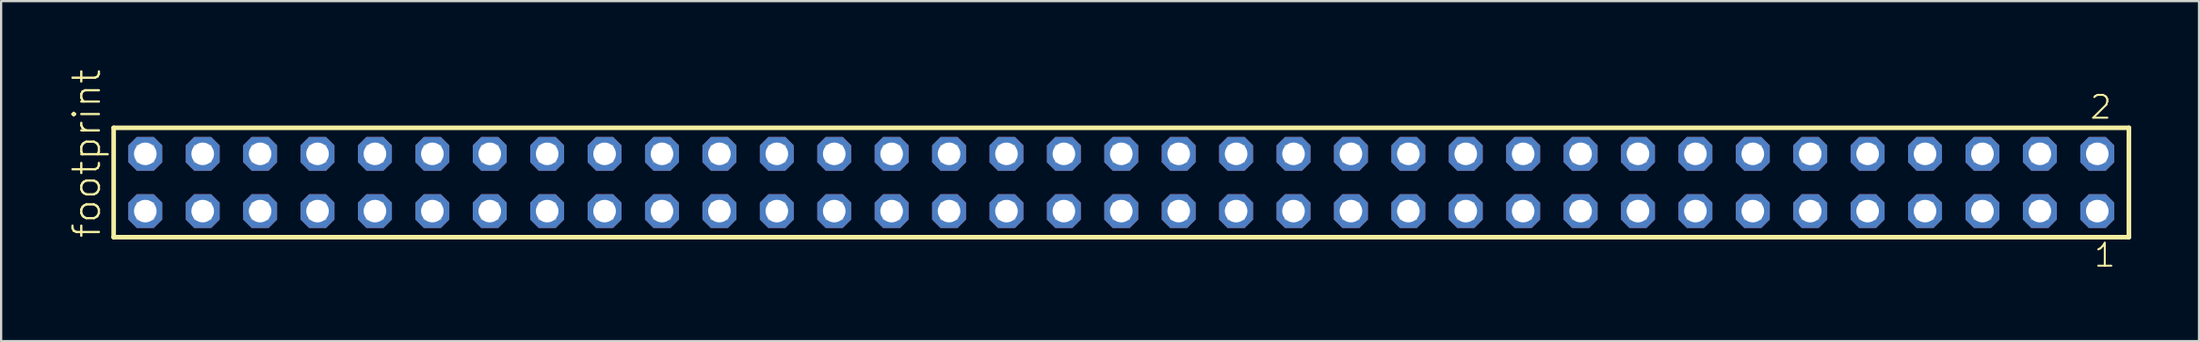
<source format=kicad_pcb>
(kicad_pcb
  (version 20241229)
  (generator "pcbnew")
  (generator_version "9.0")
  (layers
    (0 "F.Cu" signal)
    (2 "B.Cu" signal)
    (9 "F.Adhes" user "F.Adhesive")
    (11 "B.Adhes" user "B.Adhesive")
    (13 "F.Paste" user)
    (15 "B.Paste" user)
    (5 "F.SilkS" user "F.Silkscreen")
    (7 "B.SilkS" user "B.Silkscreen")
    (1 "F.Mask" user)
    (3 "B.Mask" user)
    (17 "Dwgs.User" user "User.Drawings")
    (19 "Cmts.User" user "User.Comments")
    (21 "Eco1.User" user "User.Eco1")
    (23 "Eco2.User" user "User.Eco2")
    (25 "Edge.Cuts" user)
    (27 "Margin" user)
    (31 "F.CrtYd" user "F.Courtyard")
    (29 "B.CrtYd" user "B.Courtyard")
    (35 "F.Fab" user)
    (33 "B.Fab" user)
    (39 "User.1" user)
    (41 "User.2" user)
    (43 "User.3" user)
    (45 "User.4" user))
  (footprint "footprint"
    (layer "F.Cu")
    (at 46.558 5.042)
    (property "Reference" "footprint" (at -45.085 2.54 90) (layer "F.SilkS") (effects (font (size 1.168 1.168) (thickness 0.102)) (justify left bottom)))
    (fp_line (start -44.579 -2.425) (end 44.579 -2.425) (stroke (width 0.203) (type solid)) (layer "F.SilkS"))
    (fp_line (start -44.579 2.425) (end -44.579 -2.425) (stroke (width 0.203) (type solid)) (layer "F.SilkS"))
    (fp_line (start 44.579 -2.425) (end 44.579 2.425) (stroke (width 0.203) (type solid)) (layer "F.SilkS"))
    (fp_line (start 44.579 2.425) (end -44.579 2.425) (stroke (width 0.203) (type solid)) (layer "F.SilkS"))
    (fp_poly (pts (xy -43.53 -0.92) (xy -42.83 -0.92) (xy -42.83 -1.62) (xy -43.53 -1.62)) (stroke (width 0.1) (type solid)) (fill no) (layer "F.Fab"))
    (fp_poly (pts (xy -43.53 1.62) (xy -42.83 1.62) (xy -42.83 0.92) (xy -43.53 0.92)) (stroke (width 0.1) (type solid)) (fill no) (layer "F.Fab"))
    (fp_poly (pts (xy -40.99 -0.92) (xy -40.29 -0.92) (xy -40.29 -1.62) (xy -40.99 -1.62)) (stroke (width 0.1) (type solid)) (fill no) (layer "F.Fab"))
    (fp_poly (pts (xy -40.99 1.62) (xy -40.29 1.62) (xy -40.29 0.92) (xy -40.99 0.92)) (stroke (width 0.1) (type solid)) (fill no) (layer "F.Fab"))
    (fp_poly (pts (xy -38.45 -0.92) (xy -37.75 -0.92) (xy -37.75 -1.62) (xy -38.45 -1.62)) (stroke (width 0.1) (type solid)) (fill no) (layer "F.Fab"))
    (fp_poly (pts (xy -38.45 1.62) (xy -37.75 1.62) (xy -37.75 0.92) (xy -38.45 0.92)) (stroke (width 0.1) (type solid)) (fill no) (layer "F.Fab"))
    (fp_poly (pts (xy -35.91 -0.92) (xy -35.21 -0.92) (xy -35.21 -1.62) (xy -35.91 -1.62)) (stroke (width 0.1) (type solid)) (fill no) (layer "F.Fab"))
    (fp_poly (pts (xy -35.91 1.62) (xy -35.21 1.62) (xy -35.21 0.92) (xy -35.91 0.92)) (stroke (width 0.1) (type solid)) (fill no) (layer "F.Fab"))
    (fp_poly (pts (xy -33.37 -0.92) (xy -32.67 -0.92) (xy -32.67 -1.62) (xy -33.37 -1.62)) (stroke (width 0.1) (type solid)) (fill no) (layer "F.Fab"))
    (fp_poly (pts (xy -33.37 1.62) (xy -32.67 1.62) (xy -32.67 0.92) (xy -33.37 0.92)) (stroke (width 0.1) (type solid)) (fill no) (layer "F.Fab"))
    (fp_poly (pts (xy -30.83 -0.92) (xy -30.13 -0.92) (xy -30.13 -1.62) (xy -30.83 -1.62)) (stroke (width 0.1) (type solid)) (fill no) (layer "F.Fab"))
    (fp_poly (pts (xy -30.83 1.62) (xy -30.13 1.62) (xy -30.13 0.92) (xy -30.83 0.92)) (stroke (width 0.1) (type solid)) (fill no) (layer "F.Fab"))
    (fp_poly (pts (xy -28.29 -0.92) (xy -27.59 -0.92) (xy -27.59 -1.62) (xy -28.29 -1.62)) (stroke (width 0.1) (type solid)) (fill no) (layer "F.Fab"))
    (fp_poly (pts (xy -28.29 1.62) (xy -27.59 1.62) (xy -27.59 0.92) (xy -28.29 0.92)) (stroke (width 0.1) (type solid)) (fill no) (layer "F.Fab"))
    (fp_poly (pts (xy -25.75 -0.92) (xy -25.05 -0.92) (xy -25.05 -1.62) (xy -25.75 -1.62)) (stroke (width 0.1) (type solid)) (fill no) (layer "F.Fab"))
    (fp_poly (pts (xy -25.75 1.62) (xy -25.05 1.62) (xy -25.05 0.92) (xy -25.75 0.92)) (stroke (width 0.1) (type solid)) (fill no) (layer "F.Fab"))
    (fp_poly (pts (xy -23.21 -0.92) (xy -22.51 -0.92) (xy -22.51 -1.62) (xy -23.21 -1.62)) (stroke (width 0.1) (type solid)) (fill no) (layer "F.Fab"))
    (fp_poly (pts (xy -23.21 1.62) (xy -22.51 1.62) (xy -22.51 0.92) (xy -23.21 0.92)) (stroke (width 0.1) (type solid)) (fill no) (layer "F.Fab"))
    (fp_poly (pts (xy -20.67 -0.92) (xy -19.97 -0.92) (xy -19.97 -1.62) (xy -20.67 -1.62)) (stroke (width 0.1) (type solid)) (fill no) (layer "F.Fab"))
    (fp_poly (pts (xy -20.67 1.62) (xy -19.97 1.62) (xy -19.97 0.92) (xy -20.67 0.92)) (stroke (width 0.1) (type solid)) (fill no) (layer "F.Fab"))
    (fp_poly (pts (xy -18.13 -0.92) (xy -17.43 -0.92) (xy -17.43 -1.62) (xy -18.13 -1.62)) (stroke (width 0.1) (type solid)) (fill no) (layer "F.Fab"))
    (fp_poly (pts (xy -18.13 1.62) (xy -17.43 1.62) (xy -17.43 0.92) (xy -18.13 0.92)) (stroke (width 0.1) (type solid)) (fill no) (layer "F.Fab"))
    (fp_poly (pts (xy -15.59 -0.92) (xy -14.89 -0.92) (xy -14.89 -1.62) (xy -15.59 -1.62)) (stroke (width 0.1) (type solid)) (fill no) (layer "F.Fab"))
    (fp_poly (pts (xy -15.59 1.62) (xy -14.89 1.62) (xy -14.89 0.92) (xy -15.59 0.92)) (stroke (width 0.1) (type solid)) (fill no) (layer "F.Fab"))
    (fp_poly (pts (xy -13.05 -0.92) (xy -12.35 -0.92) (xy -12.35 -1.62) (xy -13.05 -1.62)) (stroke (width 0.1) (type solid)) (fill no) (layer "F.Fab"))
    (fp_poly (pts (xy -13.05 1.62) (xy -12.35 1.62) (xy -12.35 0.92) (xy -13.05 0.92)) (stroke (width 0.1) (type solid)) (fill no) (layer "F.Fab"))
    (fp_poly (pts (xy -10.51 -0.92) (xy -9.81 -0.92) (xy -9.81 -1.62) (xy -10.51 -1.62)) (stroke (width 0.1) (type solid)) (fill no) (layer "F.Fab"))
    (fp_poly (pts (xy -10.51 1.62) (xy -9.81 1.62) (xy -9.81 0.92) (xy -10.51 0.92)) (stroke (width 0.1) (type solid)) (fill no) (layer "F.Fab"))
    (fp_poly (pts (xy -7.97 -0.92) (xy -7.27 -0.92) (xy -7.27 -1.62) (xy -7.97 -1.62)) (stroke (width 0.1) (type solid)) (fill no) (layer "F.Fab"))
    (fp_poly (pts (xy -7.97 1.62) (xy -7.27 1.62) (xy -7.27 0.92) (xy -7.97 0.92)) (stroke (width 0.1) (type solid)) (fill no) (layer "F.Fab"))
    (fp_poly (pts (xy -5.43 -0.92) (xy -4.73 -0.92) (xy -4.73 -1.62) (xy -5.43 -1.62)) (stroke (width 0.1) (type solid)) (fill no) (layer "F.Fab"))
    (fp_poly (pts (xy -5.43 1.62) (xy -4.73 1.62) (xy -4.73 0.92) (xy -5.43 0.92)) (stroke (width 0.1) (type solid)) (fill no) (layer "F.Fab"))
    (fp_poly (pts (xy -2.89 -0.92) (xy -2.19 -0.92) (xy -2.19 -1.62) (xy -2.89 -1.62)) (stroke (width 0.1) (type solid)) (fill no) (layer "F.Fab"))
    (fp_poly (pts (xy -2.89 1.62) (xy -2.19 1.62) (xy -2.19 0.92) (xy -2.89 0.92)) (stroke (width 0.1) (type solid)) (fill no) (layer "F.Fab"))
    (fp_poly (pts (xy -0.35 -0.92) (xy 0.35 -0.92) (xy 0.35 -1.62) (xy -0.35 -1.62)) (stroke (width 0.1) (type solid)) (fill no) (layer "F.Fab"))
    (fp_poly (pts (xy -0.35 1.62) (xy 0.35 1.62) (xy 0.35 0.92) (xy -0.35 0.92)) (stroke (width 0.1) (type solid)) (fill no) (layer "F.Fab"))
    (fp_poly (pts (xy 2.19 -0.92) (xy 2.89 -0.92) (xy 2.89 -1.62) (xy 2.19 -1.62)) (stroke (width 0.1) (type solid)) (fill no) (layer "F.Fab"))
    (fp_poly (pts (xy 2.19 1.62) (xy 2.89 1.62) (xy 2.89 0.92) (xy 2.19 0.92)) (stroke (width 0.1) (type solid)) (fill no) (layer "F.Fab"))
    (fp_poly (pts (xy 4.73 -0.92) (xy 5.43 -0.92) (xy 5.43 -1.62) (xy 4.73 -1.62)) (stroke (width 0.1) (type solid)) (fill no) (layer "F.Fab"))
    (fp_poly (pts (xy 4.73 1.62) (xy 5.43 1.62) (xy 5.43 0.92) (xy 4.73 0.92)) (stroke (width 0.1) (type solid)) (fill no) (layer "F.Fab"))
    (fp_poly (pts (xy 7.27 -0.92) (xy 7.97 -0.92) (xy 7.97 -1.62) (xy 7.27 -1.62)) (stroke (width 0.1) (type solid)) (fill no) (layer "F.Fab"))
    (fp_poly (pts (xy 7.27 1.62) (xy 7.97 1.62) (xy 7.97 0.92) (xy 7.27 0.92)) (stroke (width 0.1) (type solid)) (fill no) (layer "F.Fab"))
    (fp_poly (pts (xy 9.81 -0.92) (xy 10.51 -0.92) (xy 10.51 -1.62) (xy 9.81 -1.62)) (stroke (width 0.1) (type solid)) (fill no) (layer "F.Fab"))
    (fp_poly (pts (xy 9.81 1.62) (xy 10.51 1.62) (xy 10.51 0.92) (xy 9.81 0.92)) (stroke (width 0.1) (type solid)) (fill no) (layer "F.Fab"))
    (fp_poly (pts (xy 12.35 -0.92) (xy 13.05 -0.92) (xy 13.05 -1.62) (xy 12.35 -1.62)) (stroke (width 0.1) (type solid)) (fill no) (layer "F.Fab"))
    (fp_poly (pts (xy 12.35 1.62) (xy 13.05 1.62) (xy 13.05 0.92) (xy 12.35 0.92)) (stroke (width 0.1) (type solid)) (fill no) (layer "F.Fab"))
    (fp_poly (pts (xy 14.89 -0.92) (xy 15.59 -0.92) (xy 15.59 -1.62) (xy 14.89 -1.62)) (stroke (width 0.1) (type solid)) (fill no) (layer "F.Fab"))
    (fp_poly (pts (xy 14.89 1.62) (xy 15.59 1.62) (xy 15.59 0.92) (xy 14.89 0.92)) (stroke (width 0.1) (type solid)) (fill no) (layer "F.Fab"))
    (fp_poly (pts (xy 17.43 -0.92) (xy 18.13 -0.92) (xy 18.13 -1.62) (xy 17.43 -1.62)) (stroke (width 0.1) (type solid)) (fill no) (layer "F.Fab"))
    (fp_poly (pts (xy 17.43 1.62) (xy 18.13 1.62) (xy 18.13 0.92) (xy 17.43 0.92)) (stroke (width 0.1) (type solid)) (fill no) (layer "F.Fab"))
    (fp_poly (pts (xy 19.97 -0.92) (xy 20.67 -0.92) (xy 20.67 -1.62) (xy 19.97 -1.62)) (stroke (width 0.1) (type solid)) (fill no) (layer "F.Fab"))
    (fp_poly (pts (xy 19.97 1.62) (xy 20.67 1.62) (xy 20.67 0.92) (xy 19.97 0.92)) (stroke (width 0.1) (type solid)) (fill no) (layer "F.Fab"))
    (fp_poly (pts (xy 22.51 -0.92) (xy 23.21 -0.92) (xy 23.21 -1.62) (xy 22.51 -1.62)) (stroke (width 0.1) (type solid)) (fill no) (layer "F.Fab"))
    (fp_poly (pts (xy 22.51 1.62) (xy 23.21 1.62) (xy 23.21 0.92) (xy 22.51 0.92)) (stroke (width 0.1) (type solid)) (fill no) (layer "F.Fab"))
    (fp_poly (pts (xy 25.05 -0.92) (xy 25.75 -0.92) (xy 25.75 -1.62) (xy 25.05 -1.62)) (stroke (width 0.1) (type solid)) (fill no) (layer "F.Fab"))
    (fp_poly (pts (xy 25.05 1.62) (xy 25.75 1.62) (xy 25.75 0.92) (xy 25.05 0.92)) (stroke (width 0.1) (type solid)) (fill no) (layer "F.Fab"))
    (fp_poly (pts (xy 27.59 -0.92) (xy 28.29 -0.92) (xy 28.29 -1.62) (xy 27.59 -1.62)) (stroke (width 0.1) (type solid)) (fill no) (layer "F.Fab"))
    (fp_poly (pts (xy 27.59 1.62) (xy 28.29 1.62) (xy 28.29 0.92) (xy 27.59 0.92)) (stroke (width 0.1) (type solid)) (fill no) (layer "F.Fab"))
    (fp_poly (pts (xy 30.13 -0.92) (xy 30.83 -0.92) (xy 30.83 -1.62) (xy 30.13 -1.62)) (stroke (width 0.1) (type solid)) (fill no) (layer "F.Fab"))
    (fp_poly (pts (xy 30.13 1.62) (xy 30.83 1.62) (xy 30.83 0.92) (xy 30.13 0.92)) (stroke (width 0.1) (type solid)) (fill no) (layer "F.Fab"))
    (fp_poly (pts (xy 32.67 -0.92) (xy 33.37 -0.92) (xy 33.37 -1.62) (xy 32.67 -1.62)) (stroke (width 0.1) (type solid)) (fill no) (layer "F.Fab"))
    (fp_poly (pts (xy 32.67 1.62) (xy 33.37 1.62) (xy 33.37 0.92) (xy 32.67 0.92)) (stroke (width 0.1) (type solid)) (fill no) (layer "F.Fab"))
    (fp_poly (pts (xy 35.21 -0.92) (xy 35.91 -0.92) (xy 35.91 -1.62) (xy 35.21 -1.62)) (stroke (width 0.1) (type solid)) (fill no) (layer "F.Fab"))
    (fp_poly (pts (xy 35.21 1.62) (xy 35.91 1.62) (xy 35.91 0.92) (xy 35.21 0.92)) (stroke (width 0.1) (type solid)) (fill no) (layer "F.Fab"))
    (fp_poly (pts (xy 37.75 -0.92) (xy 38.45 -0.92) (xy 38.45 -1.62) (xy 37.75 -1.62)) (stroke (width 0.1) (type solid)) (fill no) (layer "F.Fab"))
    (fp_poly (pts (xy 37.75 1.62) (xy 38.45 1.62) (xy 38.45 0.92) (xy 37.75 0.92)) (stroke (width 0.1) (type solid)) (fill no) (layer "F.Fab"))
    (fp_poly (pts (xy 40.29 -0.92) (xy 40.99 -0.92) (xy 40.99 -1.62) (xy 40.29 -1.62)) (stroke (width 0.1) (type solid)) (fill no) (layer "F.Fab"))
    (fp_poly (pts (xy 40.29 1.62) (xy 40.99 1.62) (xy 40.99 0.92) (xy 40.29 0.92)) (stroke (width 0.1) (type solid)) (fill no) (layer "F.Fab"))
    (fp_poly (pts (xy 42.83 -0.92) (xy 43.53 -0.92) (xy 43.53 -1.62) (xy 42.83 -1.62)) (stroke (width 0.1) (type solid)) (fill no) (layer "F.Fab"))
    (fp_poly (pts (xy 42.83 1.62) (xy 43.53 1.62) (xy 43.53 0.92) (xy 42.83 0.92)) (stroke (width 0.1) (type solid)) (fill no) (layer "F.Fab"))
    (fp_text user "1" (at 42.972 3.818 0) (layer "F.SilkS") (effects (font (size 1.012 1.012) (thickness 0.088)) (justify left bottom)))
    (fp_text user "2" (at 42.797 -2.744 0) (layer "F.SilkS") (effects (font (size 1.012 1.012) (thickness 0.088)) (justify left bottom)))
    (pad "1" thru_hole roundrect (at 43.18 1.27 180) (size 1.5 1.5) (drill 1) (layers "*.Cu" "*.Mask") (roundrect_rratio 0.25) (chamfer_ratio 0.25) (chamfer top_left top_right bottom_left bottom_right))
    (pad "2" thru_hole roundrect (at 43.18 -1.27 180) (size 1.5 1.5) (drill 1) (layers "*.Cu" "*.Mask") (roundrect_rratio 0.25) (chamfer_ratio 0.25) (chamfer top_left top_right bottom_left bottom_right))
    (pad "3" thru_hole roundrect (at 40.64 1.27 180) (size 1.5 1.5) (drill 1) (layers "*.Cu" "*.Mask") (roundrect_rratio 0.25) (chamfer_ratio 0.25) (chamfer top_left top_right bottom_left bottom_right))
    (pad "4" thru_hole roundrect (at 40.64 -1.27 180) (size 1.5 1.5) (drill 1) (layers "*.Cu" "*.Mask") (roundrect_rratio 0.25) (chamfer_ratio 0.25) (chamfer top_left top_right bottom_left bottom_right))
    (pad "5" thru_hole roundrect (at 38.1 1.27 180) (size 1.5 1.5) (drill 1) (layers "*.Cu" "*.Mask") (roundrect_rratio 0.25) (chamfer_ratio 0.25) (chamfer top_left top_right bottom_left bottom_right))
    (pad "6" thru_hole roundrect (at 38.1 -1.27 180) (size 1.5 1.5) (drill 1) (layers "*.Cu" "*.Mask") (roundrect_rratio 0.25) (chamfer_ratio 0.25) (chamfer top_left top_right bottom_left bottom_right))
    (pad "7" thru_hole roundrect (at 35.56 1.27 180) (size 1.5 1.5) (drill 1) (layers "*.Cu" "*.Mask") (roundrect_rratio 0.25) (chamfer_ratio 0.25) (chamfer top_left top_right bottom_left bottom_right))
    (pad "8" thru_hole roundrect (at 35.56 -1.27 180) (size 1.5 1.5) (drill 1) (layers "*.Cu" "*.Mask") (roundrect_rratio 0.25) (chamfer_ratio 0.25) (chamfer top_left top_right bottom_left bottom_right))
    (pad "9" thru_hole roundrect (at 33.02 1.27 180) (size 1.5 1.5) (drill 1) (layers "*.Cu" "*.Mask") (roundrect_rratio 0.25) (chamfer_ratio 0.25) (chamfer top_left top_right bottom_left bottom_right))
    (pad "10" thru_hole roundrect (at 33.02 -1.27 180) (size 1.5 1.5) (drill 1) (layers "*.Cu" "*.Mask") (roundrect_rratio 0.25) (chamfer_ratio 0.25) (chamfer top_left top_right bottom_left bottom_right))
    (pad "11" thru_hole roundrect (at 30.48 1.27 180) (size 1.5 1.5) (drill 1) (layers "*.Cu" "*.Mask") (roundrect_rratio 0.25) (chamfer_ratio 0.25) (chamfer top_left top_right bottom_left bottom_right))
    (pad "12" thru_hole roundrect (at 30.48 -1.27 180) (size 1.5 1.5) (drill 1) (layers "*.Cu" "*.Mask") (roundrect_rratio 0.25) (chamfer_ratio 0.25) (chamfer top_left top_right bottom_left bottom_right))
    (pad "13" thru_hole roundrect (at 27.94 1.27 180) (size 1.5 1.5) (drill 1) (layers "*.Cu" "*.Mask") (roundrect_rratio 0.25) (chamfer_ratio 0.25) (chamfer top_left top_right bottom_left bottom_right))
    (pad "14" thru_hole roundrect (at 27.94 -1.27 180) (size 1.5 1.5) (drill 1) (layers "*.Cu" "*.Mask") (roundrect_rratio 0.25) (chamfer_ratio 0.25) (chamfer top_left top_right bottom_left bottom_right))
    (pad "15" thru_hole roundrect (at 25.4 1.27 180) (size 1.5 1.5) (drill 1) (layers "*.Cu" "*.Mask") (roundrect_rratio 0.25) (chamfer_ratio 0.25) (chamfer top_left top_right bottom_left bottom_right))
    (pad "16" thru_hole roundrect (at 25.4 -1.27 180) (size 1.5 1.5) (drill 1) (layers "*.Cu" "*.Mask") (roundrect_rratio 0.25) (chamfer_ratio 0.25) (chamfer top_left top_right bottom_left bottom_right))
    (pad "17" thru_hole roundrect (at 22.86 1.27 180) (size 1.5 1.5) (drill 1) (layers "*.Cu" "*.Mask") (roundrect_rratio 0.25) (chamfer_ratio 0.25) (chamfer top_left top_right bottom_left bottom_right))
    (pad "18" thru_hole roundrect (at 22.86 -1.27 180) (size 1.5 1.5) (drill 1) (layers "*.Cu" "*.Mask") (roundrect_rratio 0.25) (chamfer_ratio 0.25) (chamfer top_left top_right bottom_left bottom_right))
    (pad "19" thru_hole roundrect (at 20.32 1.27 180) (size 1.5 1.5) (drill 1) (layers "*.Cu" "*.Mask") (roundrect_rratio 0.25) (chamfer_ratio 0.25) (chamfer top_left top_right bottom_left bottom_right))
    (pad "20" thru_hole roundrect (at 20.32 -1.27 180) (size 1.5 1.5) (drill 1) (layers "*.Cu" "*.Mask") (roundrect_rratio 0.25) (chamfer_ratio 0.25) (chamfer top_left top_right bottom_left bottom_right))
    (pad "21" thru_hole roundrect (at 17.78 1.27 180) (size 1.5 1.5) (drill 1) (layers "*.Cu" "*.Mask") (roundrect_rratio 0.25) (chamfer_ratio 0.25) (chamfer top_left top_right bottom_left bottom_right))
    (pad "22" thru_hole roundrect (at 17.78 -1.27 180) (size 1.5 1.5) (drill 1) (layers "*.Cu" "*.Mask") (roundrect_rratio 0.25) (chamfer_ratio 0.25) (chamfer top_left top_right bottom_left bottom_right))
    (pad "23" thru_hole roundrect (at 15.24 1.27 180) (size 1.5 1.5) (drill 1) (layers "*.Cu" "*.Mask") (roundrect_rratio 0.25) (chamfer_ratio 0.25) (chamfer top_left top_right bottom_left bottom_right))
    (pad "24" thru_hole roundrect (at 15.24 -1.27 180) (size 1.5 1.5) (drill 1) (layers "*.Cu" "*.Mask") (roundrect_rratio 0.25) (chamfer_ratio 0.25) (chamfer top_left top_right bottom_left bottom_right))
    (pad "25" thru_hole roundrect (at 12.7 1.27 180) (size 1.5 1.5) (drill 1) (layers "*.Cu" "*.Mask") (roundrect_rratio 0.25) (chamfer_ratio 0.25) (chamfer top_left top_right bottom_left bottom_right))
    (pad "26" thru_hole roundrect (at 12.7 -1.27 180) (size 1.5 1.5) (drill 1) (layers "*.Cu" "*.Mask") (roundrect_rratio 0.25) (chamfer_ratio 0.25) (chamfer top_left top_right bottom_left bottom_right))
    (pad "27" thru_hole roundrect (at 10.16 1.27 180) (size 1.5 1.5) (drill 1) (layers "*.Cu" "*.Mask") (roundrect_rratio 0.25) (chamfer_ratio 0.25) (chamfer top_left top_right bottom_left bottom_right))
    (pad "28" thru_hole roundrect (at 10.16 -1.27 180) (size 1.5 1.5) (drill 1) (layers "*.Cu" "*.Mask") (roundrect_rratio 0.25) (chamfer_ratio 0.25) (chamfer top_left top_right bottom_left bottom_right))
    (pad "29" thru_hole roundrect (at 7.62 1.27 180) (size 1.5 1.5) (drill 1) (layers "*.Cu" "*.Mask") (roundrect_rratio 0.25) (chamfer_ratio 0.25) (chamfer top_left top_right bottom_left bottom_right))
    (pad "30" thru_hole roundrect (at 7.62 -1.27 180) (size 1.5 1.5) (drill 1) (layers "*.Cu" "*.Mask") (roundrect_rratio 0.25) (chamfer_ratio 0.25) (chamfer top_left top_right bottom_left bottom_right))
    (pad "31" thru_hole roundrect (at 5.08 1.27 180) (size 1.5 1.5) (drill 1) (layers "*.Cu" "*.Mask") (roundrect_rratio 0.25) (chamfer_ratio 0.25) (chamfer top_left top_right bottom_left bottom_right))
    (pad "32" thru_hole roundrect (at 5.08 -1.27 180) (size 1.5 1.5) (drill 1) (layers "*.Cu" "*.Mask") (roundrect_rratio 0.25) (chamfer_ratio 0.25) (chamfer top_left top_right bottom_left bottom_right))
    (pad "33" thru_hole roundrect (at 2.54 1.27 180) (size 1.5 1.5) (drill 1) (layers "*.Cu" "*.Mask") (roundrect_rratio 0.25) (chamfer_ratio 0.25) (chamfer top_left top_right bottom_left bottom_right))
    (pad "34" thru_hole roundrect (at 2.54 -1.27 180) (size 1.5 1.5) (drill 1) (layers "*.Cu" "*.Mask") (roundrect_rratio 0.25) (chamfer_ratio 0.25) (chamfer top_left top_right bottom_left bottom_right))
    (pad "35" thru_hole roundrect (at 0 1.27 180) (size 1.5 1.5) (drill 1) (layers "*.Cu" "*.Mask") (roundrect_rratio 0.25) (chamfer_ratio 0.25) (chamfer top_left top_right bottom_left bottom_right))
    (pad "36" thru_hole roundrect (at 0 -1.27 180) (size 1.5 1.5) (drill 1) (layers "*.Cu" "*.Mask") (roundrect_rratio 0.25) (chamfer_ratio 0.25) (chamfer top_left top_right bottom_left bottom_right))
    (pad "37" thru_hole roundrect (at -2.54 1.27 180) (size 1.5 1.5) (drill 1) (layers "*.Cu" "*.Mask") (roundrect_rratio 0.25) (chamfer_ratio 0.25) (chamfer top_left top_right bottom_left bottom_right))
    (pad "38" thru_hole roundrect (at -2.54 -1.27 180) (size 1.5 1.5) (drill 1) (layers "*.Cu" "*.Mask") (roundrect_rratio 0.25) (chamfer_ratio 0.25) (chamfer top_left top_right bottom_left bottom_right))
    (pad "39" thru_hole roundrect (at -5.08 1.27 180) (size 1.5 1.5) (drill 1) (layers "*.Cu" "*.Mask") (roundrect_rratio 0.25) (chamfer_ratio 0.25) (chamfer top_left top_right bottom_left bottom_right))
    (pad "40" thru_hole roundrect (at -5.08 -1.27 180) (size 1.5 1.5) (drill 1) (layers "*.Cu" "*.Mask") (roundrect_rratio 0.25) (chamfer_ratio 0.25) (chamfer top_left top_right bottom_left bottom_right))
    (pad "41" thru_hole roundrect (at -7.62 1.27 180) (size 1.5 1.5) (drill 1) (layers "*.Cu" "*.Mask") (roundrect_rratio 0.25) (chamfer_ratio 0.25) (chamfer top_left top_right bottom_left bottom_right))
    (pad "42" thru_hole roundrect (at -7.62 -1.27 180) (size 1.5 1.5) (drill 1) (layers "*.Cu" "*.Mask") (roundrect_rratio 0.25) (chamfer_ratio 0.25) (chamfer top_left top_right bottom_left bottom_right))
    (pad "43" thru_hole roundrect (at -10.16 1.27 180) (size 1.5 1.5) (drill 1) (layers "*.Cu" "*.Mask") (roundrect_rratio 0.25) (chamfer_ratio 0.25) (chamfer top_left top_right bottom_left bottom_right))
    (pad "44" thru_hole roundrect (at -10.16 -1.27 180) (size 1.5 1.5) (drill 1) (layers "*.Cu" "*.Mask") (roundrect_rratio 0.25) (chamfer_ratio 0.25) (chamfer top_left top_right bottom_left bottom_right))
    (pad "45" thru_hole roundrect (at -12.7 1.27 180) (size 1.5 1.5) (drill 1) (layers "*.Cu" "*.Mask") (roundrect_rratio 0.25) (chamfer_ratio 0.25) (chamfer top_left top_right bottom_left bottom_right))
    (pad "46" thru_hole roundrect (at -12.7 -1.27 180) (size 1.5 1.5) (drill 1) (layers "*.Cu" "*.Mask") (roundrect_rratio 0.25) (chamfer_ratio 0.25) (chamfer top_left top_right bottom_left bottom_right))
    (pad "47" thru_hole roundrect (at -15.24 1.27 180) (size 1.5 1.5) (drill 1) (layers "*.Cu" "*.Mask") (roundrect_rratio 0.25) (chamfer_ratio 0.25) (chamfer top_left top_right bottom_left bottom_right))
    (pad "48" thru_hole roundrect (at -15.24 -1.27 180) (size 1.5 1.5) (drill 1) (layers "*.Cu" "*.Mask") (roundrect_rratio 0.25) (chamfer_ratio 0.25) (chamfer top_left top_right bottom_left bottom_right))
    (pad "49" thru_hole roundrect (at -17.78 1.27 180) (size 1.5 1.5) (drill 1) (layers "*.Cu" "*.Mask") (roundrect_rratio 0.25) (chamfer_ratio 0.25) (chamfer top_left top_right bottom_left bottom_right))
    (pad "50" thru_hole roundrect (at -17.78 -1.27 180) (size 1.5 1.5) (drill 1) (layers "*.Cu" "*.Mask") (roundrect_rratio 0.25) (chamfer_ratio 0.25) (chamfer top_left top_right bottom_left bottom_right))
    (pad "51" thru_hole roundrect (at -20.32 1.27 180) (size 1.5 1.5) (drill 1) (layers "*.Cu" "*.Mask") (roundrect_rratio 0.25) (chamfer_ratio 0.25) (chamfer top_left top_right bottom_left bottom_right))
    (pad "52" thru_hole roundrect (at -20.32 -1.27 180) (size 1.5 1.5) (drill 1) (layers "*.Cu" "*.Mask") (roundrect_rratio 0.25) (chamfer_ratio 0.25) (chamfer top_left top_right bottom_left bottom_right))
    (pad "53" thru_hole roundrect (at -22.86 1.27 180) (size 1.5 1.5) (drill 1) (layers "*.Cu" "*.Mask") (roundrect_rratio 0.25) (chamfer_ratio 0.25) (chamfer top_left top_right bottom_left bottom_right))
    (pad "54" thru_hole roundrect (at -22.86 -1.27 180) (size 1.5 1.5) (drill 1) (layers "*.Cu" "*.Mask") (roundrect_rratio 0.25) (chamfer_ratio 0.25) (chamfer top_left top_right bottom_left bottom_right))
    (pad "55" thru_hole roundrect (at -25.4 1.27 180) (size 1.5 1.5) (drill 1) (layers "*.Cu" "*.Mask") (roundrect_rratio 0.25) (chamfer_ratio 0.25) (chamfer top_left top_right bottom_left bottom_right))
    (pad "56" thru_hole roundrect (at -25.4 -1.27 180) (size 1.5 1.5) (drill 1) (layers "*.Cu" "*.Mask") (roundrect_rratio 0.25) (chamfer_ratio 0.25) (chamfer top_left top_right bottom_left bottom_right))
    (pad "57" thru_hole roundrect (at -27.94 1.27 180) (size 1.5 1.5) (drill 1) (layers "*.Cu" "*.Mask") (roundrect_rratio 0.25) (chamfer_ratio 0.25) (chamfer top_left top_right bottom_left bottom_right))
    (pad "58" thru_hole roundrect (at -27.94 -1.27 180) (size 1.5 1.5) (drill 1) (layers "*.Cu" "*.Mask") (roundrect_rratio 0.25) (chamfer_ratio 0.25) (chamfer top_left top_right bottom_left bottom_right))
    (pad "59" thru_hole roundrect (at -30.48 1.27 180) (size 1.5 1.5) (drill 1) (layers "*.Cu" "*.Mask") (roundrect_rratio 0.25) (chamfer_ratio 0.25) (chamfer top_left top_right bottom_left bottom_right))
    (pad "60" thru_hole roundrect (at -30.48 -1.27 180) (size 1.5 1.5) (drill 1) (layers "*.Cu" "*.Mask") (roundrect_rratio 0.25) (chamfer_ratio 0.25) (chamfer top_left top_right bottom_left bottom_right))
    (pad "61" thru_hole roundrect (at -33.02 1.27 180) (size 1.5 1.5) (drill 1) (layers "*.Cu" "*.Mask") (roundrect_rratio 0.25) (chamfer_ratio 0.25) (chamfer top_left top_right bottom_left bottom_right))
    (pad "62" thru_hole roundrect (at -33.02 -1.27 180) (size 1.5 1.5) (drill 1) (layers "*.Cu" "*.Mask") (roundrect_rratio 0.25) (chamfer_ratio 0.25) (chamfer top_left top_right bottom_left bottom_right))
    (pad "63" thru_hole roundrect (at -35.56 1.27 180) (size 1.5 1.5) (drill 1) (layers "*.Cu" "*.Mask") (roundrect_rratio 0.25) (chamfer_ratio 0.25) (chamfer top_left top_right bottom_left bottom_right))
    (pad "64" thru_hole roundrect (at -35.56 -1.27 180) (size 1.5 1.5) (drill 1) (layers "*.Cu" "*.Mask") (roundrect_rratio 0.25) (chamfer_ratio 0.25) (chamfer top_left top_right bottom_left bottom_right))
    (pad "65" thru_hole roundrect (at -38.1 1.27 180) (size 1.5 1.5) (drill 1) (layers "*.Cu" "*.Mask") (roundrect_rratio 0.25) (chamfer_ratio 0.25) (chamfer top_left top_right bottom_left bottom_right))
    (pad "66" thru_hole roundrect (at -38.1 -1.27 180) (size 1.5 1.5) (drill 1) (layers "*.Cu" "*.Mask") (roundrect_rratio 0.25) (chamfer_ratio 0.25) (chamfer top_left top_right bottom_left bottom_right))
    (pad "67" thru_hole roundrect (at -40.64 1.27 180) (size 1.5 1.5) (drill 1) (layers "*.Cu" "*.Mask") (roundrect_rratio 0.25) (chamfer_ratio 0.25) (chamfer top_left top_right bottom_left bottom_right))
    (pad "68" thru_hole roundrect (at -40.64 -1.27 180) (size 1.5 1.5) (drill 1) (layers "*.Cu" "*.Mask") (roundrect_rratio 0.25) (chamfer_ratio 0.25) (chamfer top_left top_right bottom_left bottom_right))
    (pad "69" thru_hole roundrect (at -43.18 1.27 180) (size 1.5 1.5) (drill 1) (layers "*.Cu" "*.Mask") (roundrect_rratio 0.25) (chamfer_ratio 0.25) (chamfer top_left top_right bottom_left bottom_right))
    (pad "70" thru_hole roundrect (at -43.18 -1.27 180) (size 1.5 1.5) (drill 1) (layers "*.Cu" "*.Mask") (roundrect_rratio 0.25) (chamfer_ratio 0.25) (chamfer top_left top_right bottom_left bottom_right)))
  (gr_rect
    (start -3 -3)
    (end 94.239 12.077)
    (stroke (width 0.1) (type default))
    (fill no)
    (layer "Edge.Cuts")))
</source>
